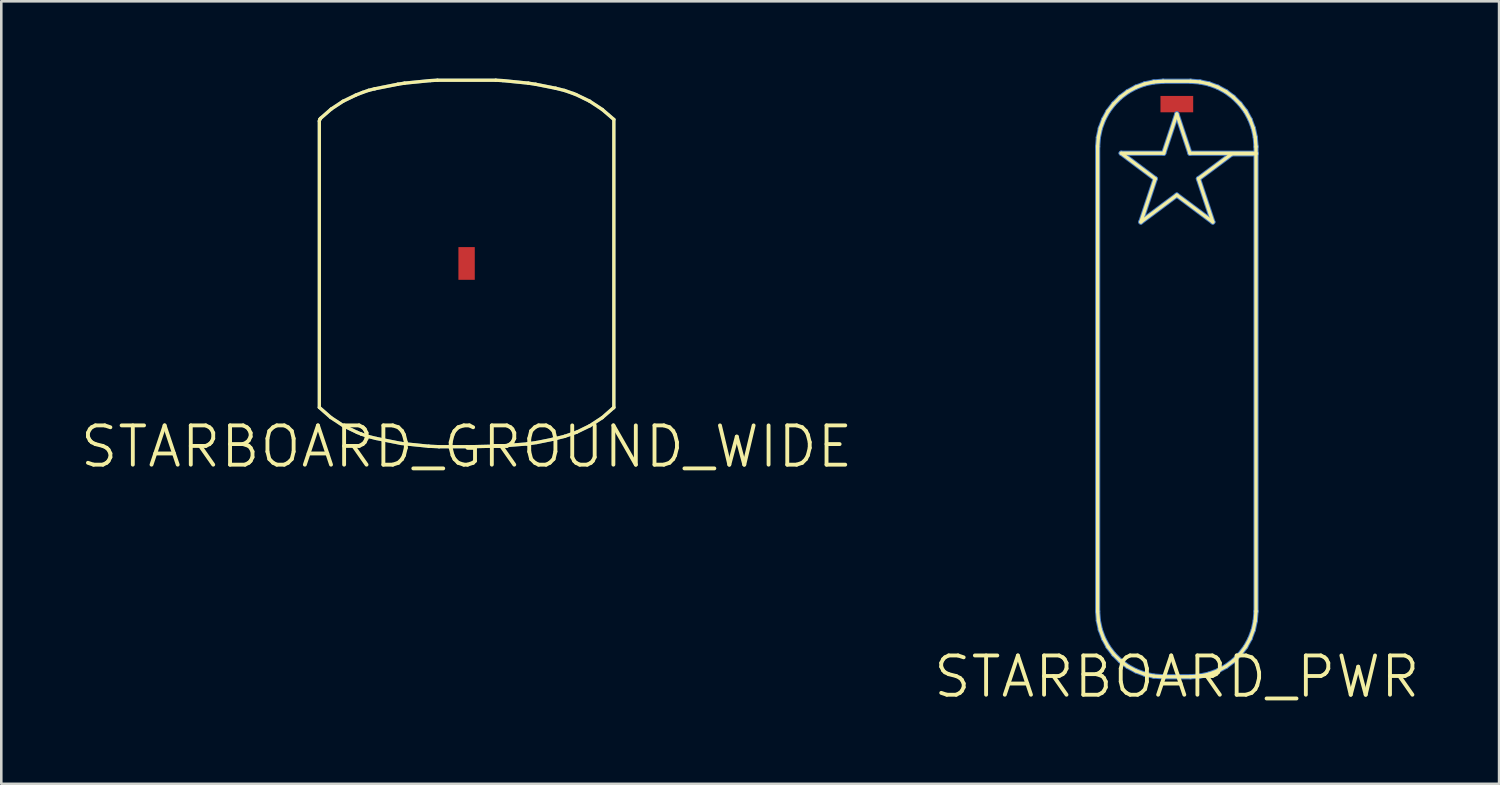
<source format=kicad_pcb>
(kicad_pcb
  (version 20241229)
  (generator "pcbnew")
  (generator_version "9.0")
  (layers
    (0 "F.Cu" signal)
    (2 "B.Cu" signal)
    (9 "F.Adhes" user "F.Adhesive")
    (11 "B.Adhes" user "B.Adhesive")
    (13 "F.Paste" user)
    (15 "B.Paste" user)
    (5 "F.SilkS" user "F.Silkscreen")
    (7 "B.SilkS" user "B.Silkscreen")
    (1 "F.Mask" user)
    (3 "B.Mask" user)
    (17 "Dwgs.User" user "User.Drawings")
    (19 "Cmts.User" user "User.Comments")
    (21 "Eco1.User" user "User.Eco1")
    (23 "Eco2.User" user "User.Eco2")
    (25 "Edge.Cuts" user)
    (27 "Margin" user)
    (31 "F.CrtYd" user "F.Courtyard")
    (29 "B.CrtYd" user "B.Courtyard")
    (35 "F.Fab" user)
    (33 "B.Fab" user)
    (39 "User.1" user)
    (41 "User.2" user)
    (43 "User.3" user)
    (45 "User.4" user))
  (footprint "STARBOARD_PWR"
    (layer "F.Cu")
    (at 42.624 23.216)
    (property "Reference" "STARBOARD_PWR" (at 0 0 0) (layer "F.SilkS") (effects (font (size 1.524 1.524) (thickness 0.15))))
    (attr smd)
    (fp_line (start -3.073 -20.574) (end -3.045 -20.935) (stroke (width 0.203) (type solid)) (layer "B.Cu"))
    (fp_line (start -3.073 -2.54) (end -3.073 -20.574) (stroke (width 0.203) (type solid)) (layer "B.Cu"))
    (fp_line (start -3.045 -20.935) (end -2.969 -21.288) (stroke (width 0.203) (type solid)) (layer "B.Cu"))
    (fp_line (start -3.045 -2.177) (end -3.073 -2.54) (stroke (width 0.203) (type solid)) (layer "B.Cu"))
    (fp_line (start -2.969 -21.288) (end -2.842 -21.628) (stroke (width 0.203) (type solid)) (layer "B.Cu"))
    (fp_line (start -2.969 -1.824) (end -3.045 -2.177) (stroke (width 0.203) (type solid)) (layer "B.Cu"))
    (fp_line (start -2.842 -21.628) (end -2.67 -21.946) (stroke (width 0.203) (type solid)) (layer "B.Cu"))
    (fp_line (start -2.842 -1.483) (end -2.969 -1.824) (stroke (width 0.203) (type solid)) (layer "B.Cu"))
    (fp_line (start -2.67 -21.946) (end -2.451 -22.235) (stroke (width 0.203) (type solid)) (layer "B.Cu"))
    (fp_line (start -2.67 -1.166) (end -2.842 -1.483) (stroke (width 0.203) (type solid)) (layer "B.Cu"))
    (fp_line (start -2.451 -22.235) (end -2.195 -22.492) (stroke (width 0.203) (type solid)) (layer "B.Cu"))
    (fp_line (start -2.451 -0.876) (end -2.67 -1.166) (stroke (width 0.203) (type solid)) (layer "B.Cu"))
    (fp_line (start -2.195 -22.492) (end -1.905 -22.71) (stroke (width 0.203) (type solid)) (layer "B.Cu"))
    (fp_line (start -2.195 -0.62) (end -2.451 -0.876) (stroke (width 0.203) (type solid)) (layer "B.Cu"))
    (fp_line (start -2.159 -20.32) (end -0.838 -19.329) (stroke (width 0.203) (type solid)) (layer "B.Cu"))
    (fp_line (start -1.905 -22.71) (end -1.587 -22.883) (stroke (width 0.203) (type solid)) (layer "B.Cu"))
    (fp_line (start -1.905 -0.401) (end -2.195 -0.62) (stroke (width 0.203) (type solid)) (layer "B.Cu"))
    (fp_line (start -1.587 -22.883) (end -1.247 -23.01) (stroke (width 0.203) (type solid)) (layer "B.Cu"))
    (fp_line (start -1.587 -0.229) (end -1.905 -0.401) (stroke (width 0.203) (type solid)) (layer "B.Cu"))
    (fp_line (start -1.397 -17.65) (end 0 -18.694) (stroke (width 0.203) (type solid)) (layer "B.Cu"))
    (fp_line (start -1.247 -23.01) (end -0.894 -23.086) (stroke (width 0.203) (type solid)) (layer "B.Cu"))
    (fp_line (start -1.247 -0.102) (end -1.587 -0.229) (stroke (width 0.203) (type solid)) (layer "B.Cu"))
    (fp_line (start -0.894 -23.086) (end -0.533 -23.114) (stroke (width 0.203) (type solid)) (layer "B.Cu"))
    (fp_line (start -0.894 -0.025) (end -1.247 -0.102) (stroke (width 0.203) (type solid)) (layer "B.Cu"))
    (fp_line (start -0.838 -19.329) (end -1.397 -17.65) (stroke (width 0.203) (type solid)) (layer "B.Cu"))
    (fp_line (start -0.533 -23.114) (end 0.533 -23.114) (stroke (width 0.203) (type solid)) (layer "B.Cu"))
    (fp_line (start -0.533 0) (end -0.894 -0.025) (stroke (width 0.203) (type solid)) (layer "B.Cu"))
    (fp_line (start -0.508 -20.32) (end -2.159 -20.32) (stroke (width 0.203) (type solid)) (layer "B.Cu"))
    (fp_line (start 0 -21.844) (end -0.508 -20.32) (stroke (width 0.203) (type solid)) (layer "B.Cu"))
    (fp_line (start 0 -18.694) (end 1.397 -17.65) (stroke (width 0.203) (type solid)) (layer "B.Cu"))
    (fp_line (start 0.508 -20.32) (end 0 -21.844) (stroke (width 0.203) (type solid)) (layer "B.Cu"))
    (fp_line (start 0.533 -23.114) (end 0.894 -23.086) (stroke (width 0.203) (type solid)) (layer "B.Cu"))
    (fp_line (start 0.533 0) (end -0.533 0) (stroke (width 0.203) (type solid)) (layer "B.Cu"))
    (fp_line (start 0.838 -19.329) (end 2.134 -20.295) (stroke (width 0.203) (type solid)) (layer "B.Cu"))
    (fp_line (start 0.894 -23.086) (end 1.247 -23.01) (stroke (width 0.203) (type solid)) (layer "B.Cu"))
    (fp_line (start 0.894 -0.025) (end 0.533 0) (stroke (width 0.203) (type solid)) (layer "B.Cu"))
    (fp_line (start 1.247 -23.01) (end 1.587 -22.883) (stroke (width 0.203) (type solid)) (layer "B.Cu"))
    (fp_line (start 1.247 -0.102) (end 0.894 -0.025) (stroke (width 0.203) (type solid)) (layer "B.Cu"))
    (fp_line (start 1.397 -17.65) (end 0.838 -19.329) (stroke (width 0.203) (type solid)) (layer "B.Cu"))
    (fp_line (start 1.587 -22.883) (end 1.905 -22.71) (stroke (width 0.203) (type solid)) (layer "B.Cu"))
    (fp_line (start 1.587 -0.229) (end 1.247 -0.102) (stroke (width 0.203) (type solid)) (layer "B.Cu"))
    (fp_line (start 1.905 -22.71) (end 2.195 -22.492) (stroke (width 0.203) (type solid)) (layer "B.Cu"))
    (fp_line (start 1.905 -0.401) (end 1.587 -0.229) (stroke (width 0.203) (type solid)) (layer "B.Cu"))
    (fp_line (start 2.134 -20.295) (end 3.073 -20.295) (stroke (width 0.203) (type solid)) (layer "B.Cu"))
    (fp_line (start 2.195 -22.492) (end 2.451 -22.235) (stroke (width 0.203) (type solid)) (layer "B.Cu"))
    (fp_line (start 2.195 -0.62) (end 1.905 -0.401) (stroke (width 0.203) (type solid)) (layer "B.Cu"))
    (fp_line (start 2.451 -22.235) (end 2.67 -21.946) (stroke (width 0.203) (type solid)) (layer "B.Cu"))
    (fp_line (start 2.451 -0.876) (end 2.195 -0.62) (stroke (width 0.203) (type solid)) (layer "B.Cu"))
    (fp_line (start 2.67 -21.946) (end 2.842 -21.628) (stroke (width 0.203) (type solid)) (layer "B.Cu"))
    (fp_line (start 2.67 -1.166) (end 2.451 -0.876) (stroke (width 0.203) (type solid)) (layer "B.Cu"))
    (fp_line (start 2.842 -21.628) (end 2.969 -21.288) (stroke (width 0.203) (type solid)) (layer "B.Cu"))
    (fp_line (start 2.842 -1.483) (end 2.67 -1.166) (stroke (width 0.203) (type solid)) (layer "B.Cu"))
    (fp_line (start 2.969 -21.288) (end 3.045 -20.935) (stroke (width 0.203) (type solid)) (layer "B.Cu"))
    (fp_line (start 2.969 -1.824) (end 2.842 -1.483) (stroke (width 0.203) (type solid)) (layer "B.Cu"))
    (fp_line (start 3.045 -20.935) (end 3.073 -20.574) (stroke (width 0.203) (type solid)) (layer "B.Cu"))
    (fp_line (start 3.045 -2.177) (end 2.969 -1.824) (stroke (width 0.203) (type solid)) (layer "B.Cu"))
    (fp_line (start 3.073 -20.574) (end 3.073 -20.32) (stroke (width 0.203) (type solid)) (layer "B.Cu"))
    (fp_line (start 3.073 -20.32) (end 0.508 -20.32) (stroke (width 0.203) (type solid)) (layer "B.Cu"))
    (fp_line (start 3.073 -20.295) (end 3.073 -2.54) (stroke (width 0.203) (type solid)) (layer "B.Cu"))
    (fp_line (start 3.073 -2.54) (end 3.045 -2.177) (stroke (width 0.203) (type solid)) (layer "B.Cu"))
    (fp_line (start -3.073 -20.574) (end -3.045 -20.935) (stroke (width 0.127) (type solid)) (layer "F.SilkS"))
    (fp_line (start -3.073 -2.54) (end -3.073 -20.574) (stroke (width 0.127) (type solid)) (layer "F.SilkS"))
    (fp_line (start -3.045 -20.935) (end -2.969 -21.288) (stroke (width 0.127) (type solid)) (layer "F.SilkS"))
    (fp_line (start -3.045 -2.177) (end -3.073 -2.54) (stroke (width 0.127) (type solid)) (layer "F.SilkS"))
    (fp_line (start -2.969 -21.288) (end -2.842 -21.628) (stroke (width 0.127) (type solid)) (layer "F.SilkS"))
    (fp_line (start -2.969 -1.824) (end -3.045 -2.177) (stroke (width 0.127) (type solid)) (layer "F.SilkS"))
    (fp_line (start -2.842 -21.628) (end -2.67 -21.946) (stroke (width 0.127) (type solid)) (layer "F.SilkS"))
    (fp_line (start -2.842 -1.483) (end -2.969 -1.824) (stroke (width 0.127) (type solid)) (layer "F.SilkS"))
    (fp_line (start -2.67 -21.946) (end -2.451 -22.235) (stroke (width 0.127) (type solid)) (layer "F.SilkS"))
    (fp_line (start -2.67 -1.166) (end -2.842 -1.483) (stroke (width 0.127) (type solid)) (layer "F.SilkS"))
    (fp_line (start -2.451 -22.235) (end -2.195 -22.492) (stroke (width 0.127) (type solid)) (layer "F.SilkS"))
    (fp_line (start -2.451 -0.876) (end -2.67 -1.166) (stroke (width 0.127) (type solid)) (layer "F.SilkS"))
    (fp_line (start -2.195 -22.492) (end -1.905 -22.71) (stroke (width 0.127) (type solid)) (layer "F.SilkS"))
    (fp_line (start -2.195 -0.62) (end -2.451 -0.876) (stroke (width 0.127) (type solid)) (layer "F.SilkS"))
    (fp_line (start -2.159 -20.32) (end -0.838 -19.329) (stroke (width 0.127) (type solid)) (layer "F.SilkS"))
    (fp_line (start -1.905 -22.71) (end -1.587 -22.883) (stroke (width 0.127) (type solid)) (layer "F.SilkS"))
    (fp_line (start -1.905 -0.401) (end -2.195 -0.62) (stroke (width 0.127) (type solid)) (layer "F.SilkS"))
    (fp_line (start -1.587 -22.883) (end -1.247 -23.01) (stroke (width 0.127) (type solid)) (layer "F.SilkS"))
    (fp_line (start -1.587 -0.229) (end -1.905 -0.401) (stroke (width 0.127) (type solid)) (layer "F.SilkS"))
    (fp_line (start -1.397 -17.65) (end 0 -18.694) (stroke (width 0.127) (type solid)) (layer "F.SilkS"))
    (fp_line (start -1.247 -23.01) (end -0.894 -23.086) (stroke (width 0.127) (type solid)) (layer "F.SilkS"))
    (fp_line (start -1.247 -0.102) (end -1.587 -0.229) (stroke (width 0.127) (type solid)) (layer "F.SilkS"))
    (fp_line (start -0.894 -23.086) (end -0.533 -23.114) (stroke (width 0.127) (type solid)) (layer "F.SilkS"))
    (fp_line (start -0.894 -0.025) (end -1.247 -0.102) (stroke (width 0.127) (type solid)) (layer "F.SilkS"))
    (fp_line (start -0.838 -19.329) (end -1.397 -17.65) (stroke (width 0.127) (type solid)) (layer "F.SilkS"))
    (fp_line (start -0.533 -23.114) (end 0.533 -23.114) (stroke (width 0.127) (type solid)) (layer "F.SilkS"))
    (fp_line (start -0.533 0) (end -0.894 -0.025) (stroke (width 0.127) (type solid)) (layer "F.SilkS"))
    (fp_line (start -0.508 -20.32) (end -2.159 -20.32) (stroke (width 0.127) (type solid)) (layer "F.SilkS"))
    (fp_line (start 0 -21.844) (end -0.508 -20.32) (stroke (width 0.127) (type solid)) (layer "F.SilkS"))
    (fp_line (start 0 -18.694) (end 1.397 -17.65) (stroke (width 0.127) (type solid)) (layer "F.SilkS"))
    (fp_line (start 0.508 -20.32) (end 0 -21.844) (stroke (width 0.127) (type solid)) (layer "F.SilkS"))
    (fp_line (start 0.533 -23.114) (end 0.894 -23.086) (stroke (width 0.127) (type solid)) (layer "F.SilkS"))
    (fp_line (start 0.533 0) (end -0.533 0) (stroke (width 0.127) (type solid)) (layer "F.SilkS"))
    (fp_line (start 0.838 -19.329) (end 2.134 -20.295) (stroke (width 0.127) (type solid)) (layer "F.SilkS"))
    (fp_line (start 0.894 -23.086) (end 1.247 -23.01) (stroke (width 0.127) (type solid)) (layer "F.SilkS"))
    (fp_line (start 0.894 -0.025) (end 0.533 0) (stroke (width 0.127) (type solid)) (layer "F.SilkS"))
    (fp_line (start 1.247 -23.01) (end 1.587 -22.883) (stroke (width 0.127) (type solid)) (layer "F.SilkS"))
    (fp_line (start 1.247 -0.102) (end 0.894 -0.025) (stroke (width 0.127) (type solid)) (layer "F.SilkS"))
    (fp_line (start 1.397 -17.65) (end 0.838 -19.329) (stroke (width 0.127) (type solid)) (layer "F.SilkS"))
    (fp_line (start 1.587 -22.883) (end 1.905 -22.71) (stroke (width 0.127) (type solid)) (layer "F.SilkS"))
    (fp_line (start 1.587 -0.229) (end 1.247 -0.102) (stroke (width 0.127) (type solid)) (layer "F.SilkS"))
    (fp_line (start 1.905 -22.71) (end 2.195 -22.492) (stroke (width 0.127) (type solid)) (layer "F.SilkS"))
    (fp_line (start 1.905 -0.401) (end 1.587 -0.229) (stroke (width 0.127) (type solid)) (layer "F.SilkS"))
    (fp_line (start 2.134 -20.295) (end 3.073 -20.295) (stroke (width 0.127) (type solid)) (layer "F.SilkS"))
    (fp_line (start 2.195 -22.492) (end 2.451 -22.235) (stroke (width 0.127) (type solid)) (layer "F.SilkS"))
    (fp_line (start 2.195 -0.62) (end 1.905 -0.401) (stroke (width 0.127) (type solid)) (layer "F.SilkS"))
    (fp_line (start 2.451 -22.235) (end 2.67 -21.946) (stroke (width 0.127) (type solid)) (layer "F.SilkS"))
    (fp_line (start 2.451 -0.876) (end 2.195 -0.62) (stroke (width 0.127) (type solid)) (layer "F.SilkS"))
    (fp_line (start 2.67 -21.946) (end 2.842 -21.628) (stroke (width 0.127) (type solid)) (layer "F.SilkS"))
    (fp_line (start 2.67 -1.166) (end 2.451 -0.876) (stroke (width 0.127) (type solid)) (layer "F.SilkS"))
    (fp_line (start 2.842 -21.628) (end 2.969 -21.288) (stroke (width 0.127) (type solid)) (layer "F.SilkS"))
    (fp_line (start 2.842 -1.483) (end 2.67 -1.166) (stroke (width 0.127) (type solid)) (layer "F.SilkS"))
    (fp_line (start 2.969 -21.288) (end 3.045 -20.935) (stroke (width 0.127) (type solid)) (layer "F.SilkS"))
    (fp_line (start 2.969 -1.824) (end 2.842 -1.483) (stroke (width 0.127) (type solid)) (layer "F.SilkS"))
    (fp_line (start 3.045 -20.935) (end 3.073 -20.574) (stroke (width 0.127) (type solid)) (layer "F.SilkS"))
    (fp_line (start 3.045 -2.177) (end 2.969 -1.824) (stroke (width 0.127) (type solid)) (layer "F.SilkS"))
    (fp_line (start 3.073 -20.574) (end 3.073 -20.32) (stroke (width 0.127) (type solid)) (layer "F.SilkS"))
    (fp_line (start 3.073 -20.32) (end 0.508 -20.32) (stroke (width 0.127) (type solid)) (layer "F.SilkS"))
    (fp_line (start 3.073 -20.295) (end 3.073 -2.54) (stroke (width 0.127) (type solid)) (layer "F.SilkS"))
    (fp_line (start 3.073 -2.54) (end 3.045 -2.177) (stroke (width 0.127) (type solid)) (layer "F.SilkS"))
    (pad "PWR" smd rect (at 0 -22.225) (size 1.27 0.635) (layers "F.Cu" "F.Mask" "F.Paste")))
  (footprint "STARBOARD_GROUND_WIDE"
    (layer "F.Cu")
    (at 15.059 14.287)
    (property "Reference" "STARBOARD_GROUND_WIDE" (at 0 0 0) (layer "F.SilkS") (effects (font (size 1.524 1.524) (thickness 0.15))))
    (attr smd)
    (fp_line (start -5.715 -12.636) (end -5.707 -12.675) (stroke (width 0.127) (type solid)) (layer "B.Cu"))
    (fp_line (start -5.715 -1.524) (end -5.715 -12.636) (stroke (width 0.127) (type solid)) (layer "B.Cu"))
    (fp_line (start -5.707 -12.675) (end -5.692 -12.713) (stroke (width 0.127) (type solid)) (layer "B.Cu"))
    (fp_line (start -5.692 -12.713) (end -5.669 -12.743) (stroke (width 0.127) (type solid)) (layer "B.Cu"))
    (fp_line (start -5.669 -12.743) (end -5.255 -13.104) (stroke (width 0.127) (type solid)) (layer "B.Cu"))
    (fp_line (start -5.271 -1.135) (end -5.715 -1.524) (stroke (width 0.127) (type solid)) (layer "B.Cu"))
    (fp_line (start -5.255 -13.104) (end -4.798 -13.406) (stroke (width 0.127) (type solid)) (layer "B.Cu"))
    (fp_line (start -4.798 -13.406) (end -4.303 -13.645) (stroke (width 0.127) (type solid)) (layer "B.Cu"))
    (fp_line (start -4.778 -0.81) (end -5.271 -1.135) (stroke (width 0.127) (type solid)) (layer "B.Cu"))
    (fp_line (start -4.303 -13.645) (end -4.041 -13.749) (stroke (width 0.127) (type solid)) (layer "B.Cu"))
    (fp_line (start -4.244 -0.554) (end -4.778 -0.81) (stroke (width 0.127) (type solid)) (layer "B.Cu"))
    (fp_line (start -4.092 -0.493) (end -4.244 -0.554) (stroke (width 0.127) (type solid)) (layer "B.Cu"))
    (fp_line (start -4.041 -13.749) (end -3.805 -13.83) (stroke (width 0.127) (type solid)) (layer "B.Cu"))
    (fp_line (start -3.805 -13.83) (end -3.564 -13.891) (stroke (width 0.127) (type solid)) (layer "B.Cu"))
    (fp_line (start -3.805 -0.394) (end -4.092 -0.493) (stroke (width 0.127) (type solid)) (layer "B.Cu"))
    (fp_line (start -3.564 -13.891) (end -2.667 -14.069) (stroke (width 0.127) (type solid)) (layer "B.Cu"))
    (fp_line (start -3.508 -0.32) (end -3.805 -0.394) (stroke (width 0.127) (type solid)) (layer "B.Cu"))
    (fp_line (start -2.667 -14.069) (end -2.408 -14.11) (stroke (width 0.127) (type solid)) (layer "B.Cu"))
    (fp_line (start -2.54 -0.127) (end -3.508 -0.32) (stroke (width 0.127) (type solid)) (layer "B.Cu"))
    (fp_line (start -2.408 -14.11) (end -1.407 -14.209) (stroke (width 0.127) (type solid)) (layer "B.Cu"))
    (fp_line (start -1.468 -0.018) (end -2.54 -0.127) (stroke (width 0.127) (type solid)) (layer "B.Cu"))
    (fp_line (start -1.407 -14.209) (end -1.13 -14.224) (stroke (width 0.127) (type solid)) (layer "B.Cu"))
    (fp_line (start -1.13 -14.224) (end 1.13 -14.224) (stroke (width 0.127) (type solid)) (layer "B.Cu"))
    (fp_line (start -1.069 0) (end -1.468 -0.018) (stroke (width 0.127) (type solid)) (layer "B.Cu"))
    (fp_line (start 0 0) (end -1.069 0) (stroke (width 0.127) (type solid)) (layer "B.Cu"))
    (fp_line (start 0.183 0) (end 0 0) (stroke (width 0.127) (type solid)) (layer "B.Cu"))
    (fp_line (start 1.13 -14.224) (end 1.407 -14.209) (stroke (width 0.127) (type solid)) (layer "B.Cu"))
    (fp_line (start 1.267 -0.025) (end 0.183 0) (stroke (width 0.127) (type solid)) (layer "B.Cu"))
    (fp_line (start 1.407 -14.209) (end 2.395 -14.11) (stroke (width 0.127) (type solid)) (layer "B.Cu"))
    (fp_line (start 2.349 -0.107) (end 1.267 -0.025) (stroke (width 0.127) (type solid)) (layer "B.Cu"))
    (fp_line (start 2.395 -14.11) (end 2.68 -14.067) (stroke (width 0.127) (type solid)) (layer "B.Cu"))
    (fp_line (start 2.68 -14.067) (end 3.457 -13.912) (stroke (width 0.127) (type solid)) (layer "B.Cu"))
    (fp_line (start 2.725 -0.163) (end 2.349 -0.107) (stroke (width 0.127) (type solid)) (layer "B.Cu"))
    (fp_line (start 3.327 -0.284) (end 2.725 -0.163) (stroke (width 0.127) (type solid)) (layer "B.Cu"))
    (fp_line (start 3.457 -13.912) (end 3.805 -13.825) (stroke (width 0.127) (type solid)) (layer "B.Cu"))
    (fp_line (start 3.802 -0.401) (end 3.327 -0.284) (stroke (width 0.127) (type solid)) (layer "B.Cu"))
    (fp_line (start 3.805 -13.825) (end 4.14 -13.708) (stroke (width 0.127) (type solid)) (layer "B.Cu"))
    (fp_line (start 4.14 -13.708) (end 4.244 -13.668) (stroke (width 0.127) (type solid)) (layer "B.Cu"))
    (fp_line (start 4.244 -13.668) (end 4.775 -13.411) (stroke (width 0.127) (type solid)) (layer "B.Cu"))
    (fp_line (start 4.265 -0.561) (end 3.802 -0.401) (stroke (width 0.127) (type solid)) (layer "B.Cu"))
    (fp_line (start 4.775 -13.411) (end 5.268 -13.086) (stroke (width 0.127) (type solid)) (layer "B.Cu"))
    (fp_line (start 4.783 -0.813) (end 4.265 -0.561) (stroke (width 0.127) (type solid)) (layer "B.Cu"))
    (fp_line (start 5.265 -1.128) (end 4.783 -0.813) (stroke (width 0.127) (type solid)) (layer "B.Cu"))
    (fp_line (start 5.268 -13.086) (end 5.715 -12.7) (stroke (width 0.127) (type solid)) (layer "B.Cu"))
    (fp_line (start 5.7 -1.509) (end 5.265 -1.128) (stroke (width 0.127) (type solid)) (layer "B.Cu"))
    (fp_line (start 5.715 -12.7) (end 5.715 -1.524) (stroke (width 0.127) (type solid)) (layer "B.Cu"))
    (fp_line (start 5.715 -1.524) (end 5.7 -1.509) (stroke (width 0.127) (type solid)) (layer "B.Cu"))
    (fp_line (start -5.715 -12.636) (end -5.707 -12.675) (stroke (width 0.127) (type solid)) (layer "F.SilkS"))
    (fp_line (start -5.715 -1.524) (end -5.715 -12.636) (stroke (width 0.127) (type solid)) (layer "F.SilkS"))
    (fp_line (start -5.707 -12.675) (end -5.692 -12.713) (stroke (width 0.127) (type solid)) (layer "F.SilkS"))
    (fp_line (start -5.692 -12.713) (end -5.669 -12.743) (stroke (width 0.127) (type solid)) (layer "F.SilkS"))
    (fp_line (start -5.669 -12.743) (end -5.255 -13.104) (stroke (width 0.127) (type solid)) (layer "F.SilkS"))
    (fp_line (start -5.271 -1.135) (end -5.715 -1.524) (stroke (width 0.127) (type solid)) (layer "F.SilkS"))
    (fp_line (start -5.255 -13.104) (end -4.798 -13.406) (stroke (width 0.127) (type solid)) (layer "F.SilkS"))
    (fp_line (start -4.798 -13.406) (end -4.303 -13.645) (stroke (width 0.127) (type solid)) (layer "F.SilkS"))
    (fp_line (start -4.778 -0.81) (end -5.271 -1.135) (stroke (width 0.127) (type solid)) (layer "F.SilkS"))
    (fp_line (start -4.303 -13.645) (end -4.041 -13.749) (stroke (width 0.127) (type solid)) (layer "F.SilkS"))
    (fp_line (start -4.244 -0.554) (end -4.778 -0.81) (stroke (width 0.127) (type solid)) (layer "F.SilkS"))
    (fp_line (start -4.092 -0.493) (end -4.244 -0.554) (stroke (width 0.127) (type solid)) (layer "F.SilkS"))
    (fp_line (start -4.041 -13.749) (end -3.805 -13.83) (stroke (width 0.127) (type solid)) (layer "F.SilkS"))
    (fp_line (start -3.805 -13.83) (end -3.564 -13.891) (stroke (width 0.127) (type solid)) (layer "F.SilkS"))
    (fp_line (start -3.805 -0.394) (end -4.092 -0.493) (stroke (width 0.127) (type solid)) (layer "F.SilkS"))
    (fp_line (start -3.564 -13.891) (end -2.667 -14.069) (stroke (width 0.127) (type solid)) (layer "F.SilkS"))
    (fp_line (start -3.508 -0.32) (end -3.805 -0.394) (stroke (width 0.127) (type solid)) (layer "F.SilkS"))
    (fp_line (start -2.667 -14.069) (end -2.408 -14.11) (stroke (width 0.127) (type solid)) (layer "F.SilkS"))
    (fp_line (start -2.54 -0.127) (end -3.508 -0.32) (stroke (width 0.127) (type solid)) (layer "F.SilkS"))
    (fp_line (start -2.408 -14.11) (end -1.407 -14.209) (stroke (width 0.127) (type solid)) (layer "F.SilkS"))
    (fp_line (start -1.468 -0.018) (end -2.54 -0.127) (stroke (width 0.127) (type solid)) (layer "F.SilkS"))
    (fp_line (start -1.407 -14.209) (end -1.13 -14.224) (stroke (width 0.127) (type solid)) (layer "F.SilkS"))
    (fp_line (start -1.13 -14.224) (end 1.13 -14.224) (stroke (width 0.127) (type solid)) (layer "F.SilkS"))
    (fp_line (start -1.069 0) (end -1.468 -0.018) (stroke (width 0.127) (type solid)) (layer "F.SilkS"))
    (fp_line (start 0 0) (end -1.069 0) (stroke (width 0.127) (type solid)) (layer "F.SilkS"))
    (fp_line (start 0.183 0) (end 0 0) (stroke (width 0.127) (type solid)) (layer "F.SilkS"))
    (fp_line (start 1.13 -14.224) (end 1.407 -14.209) (stroke (width 0.127) (type solid)) (layer "F.SilkS"))
    (fp_line (start 1.267 -0.025) (end 0.183 0) (stroke (width 0.127) (type solid)) (layer "F.SilkS"))
    (fp_line (start 1.407 -14.209) (end 2.395 -14.11) (stroke (width 0.127) (type solid)) (layer "F.SilkS"))
    (fp_line (start 2.349 -0.107) (end 1.267 -0.025) (stroke (width 0.127) (type solid)) (layer "F.SilkS"))
    (fp_line (start 2.395 -14.11) (end 2.68 -14.067) (stroke (width 0.127) (type solid)) (layer "F.SilkS"))
    (fp_line (start 2.68 -14.067) (end 3.457 -13.912) (stroke (width 0.127) (type solid)) (layer "F.SilkS"))
    (fp_line (start 2.725 -0.163) (end 2.349 -0.107) (stroke (width 0.127) (type solid)) (layer "F.SilkS"))
    (fp_line (start 3.327 -0.284) (end 2.725 -0.163) (stroke (width 0.127) (type solid)) (layer "F.SilkS"))
    (fp_line (start 3.457 -13.912) (end 3.805 -13.825) (stroke (width 0.127) (type solid)) (layer "F.SilkS"))
    (fp_line (start 3.802 -0.401) (end 3.327 -0.284) (stroke (width 0.127) (type solid)) (layer "F.SilkS"))
    (fp_line (start 3.805 -13.825) (end 4.14 -13.708) (stroke (width 0.127) (type solid)) (layer "F.SilkS"))
    (fp_line (start 4.14 -13.708) (end 4.244 -13.668) (stroke (width 0.127) (type solid)) (layer "F.SilkS"))
    (fp_line (start 4.244 -13.668) (end 4.775 -13.411) (stroke (width 0.127) (type solid)) (layer "F.SilkS"))
    (fp_line (start 4.265 -0.561) (end 3.802 -0.401) (stroke (width 0.127) (type solid)) (layer "F.SilkS"))
    (fp_line (start 4.775 -13.411) (end 5.268 -13.086) (stroke (width 0.127) (type solid)) (layer "F.SilkS"))
    (fp_line (start 4.783 -0.813) (end 4.265 -0.561) (stroke (width 0.127) (type solid)) (layer "F.SilkS"))
    (fp_line (start 5.265 -1.128) (end 4.783 -0.813) (stroke (width 0.127) (type solid)) (layer "F.SilkS"))
    (fp_line (start 5.268 -13.086) (end 5.715 -12.7) (stroke (width 0.127) (type solid)) (layer "F.SilkS"))
    (fp_line (start 5.7 -1.509) (end 5.265 -1.128) (stroke (width 0.127) (type solid)) (layer "F.SilkS"))
    (fp_line (start 5.715 -12.7) (end 5.715 -1.524) (stroke (width 0.127) (type solid)) (layer "F.SilkS"))
    (fp_line (start 5.715 -1.524) (end 5.7 -1.509) (stroke (width 0.127) (type solid)) (layer "F.SilkS"))
    (pad "GROU" smd rect (at 0 -7.112 90) (size 1.27 0.635) (layers "F.Cu" "F.Mask" "F.Paste")))
  (gr_rect
    (start -3 -3)
    (end 55.131 27.37)
    (stroke (width 0.1) (type default))
    (fill no)
    (layer "Edge.Cuts")))
</source>
